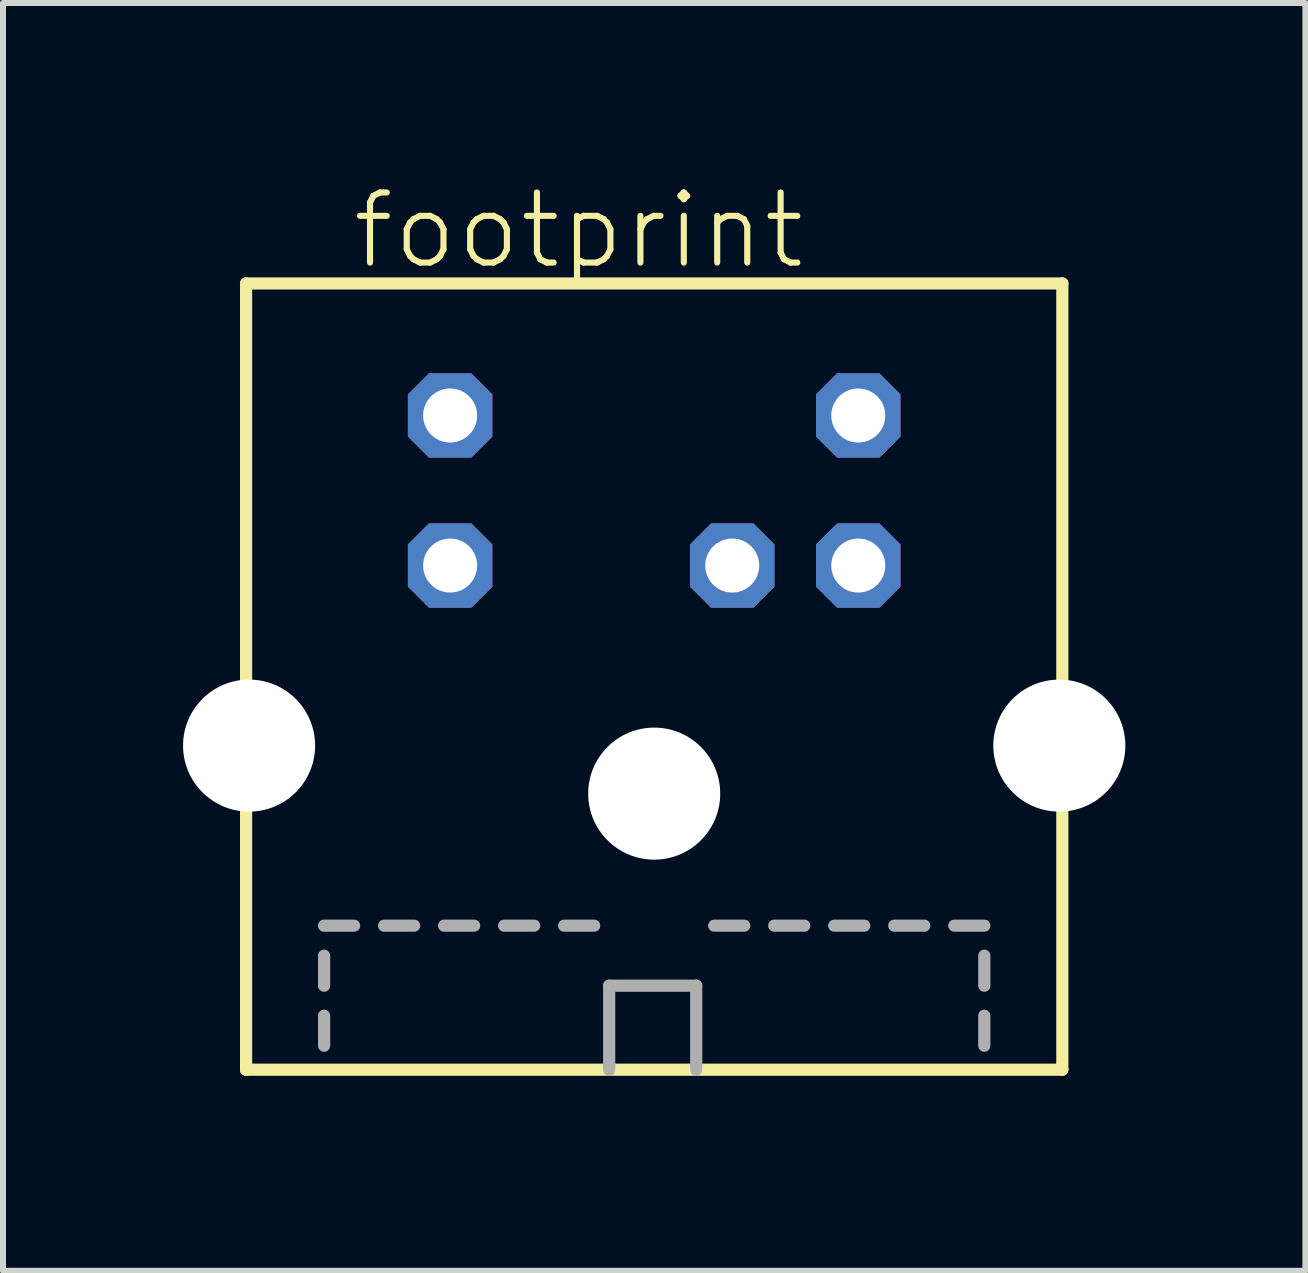
<source format=kicad_pcb>
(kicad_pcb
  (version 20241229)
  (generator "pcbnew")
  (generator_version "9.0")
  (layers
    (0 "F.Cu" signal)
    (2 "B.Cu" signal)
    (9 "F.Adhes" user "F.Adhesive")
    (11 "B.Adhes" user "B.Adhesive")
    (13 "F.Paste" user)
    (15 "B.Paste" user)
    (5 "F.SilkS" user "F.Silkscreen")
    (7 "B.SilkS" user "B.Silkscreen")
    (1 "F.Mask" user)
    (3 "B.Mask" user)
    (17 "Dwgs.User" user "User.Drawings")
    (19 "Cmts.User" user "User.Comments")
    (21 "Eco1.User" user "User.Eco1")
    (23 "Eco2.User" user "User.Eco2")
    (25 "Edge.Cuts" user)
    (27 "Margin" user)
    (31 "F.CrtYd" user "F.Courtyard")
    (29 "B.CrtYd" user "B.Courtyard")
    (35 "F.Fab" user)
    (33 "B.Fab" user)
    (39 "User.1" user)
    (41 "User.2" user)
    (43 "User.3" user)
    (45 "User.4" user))
  (footprint "footprint"
    (layer "F.Cu")
    (at 7.85 14.873)
    (property "Reference" "footprint" (at -5.08 -13.4 0) (layer "F.SilkS") (effects (font (size 1.168 1.168) (thickness 0.102)) (justify left bottom)))
    (fp_line (start -6.8 -13.2) (end -6.8 -0.1) (stroke (width 0.203) (type solid)) (layer "F.SilkS"))
    (fp_line (start -6.8 -0.1) (end 6.8 -0.1) (stroke (width 0.203) (type solid)) (layer "F.SilkS"))
    (fp_line (start 6.8 -13.2) (end -6.8 -13.2) (stroke (width 0.203) (type solid)) (layer "F.SilkS"))
    (fp_line (start 6.8 -0.1) (end 6.8 -13.2) (stroke (width 0.203) (type solid)) (layer "F.SilkS"))
    (fp_line (start -5.5 -2.5) (end -5 -2.5) (stroke (width 0.203) (type solid)) (layer "F.Fab"))
    (fp_line (start -5.5 -1.5) (end -5.5 -2) (stroke (width 0.203) (type solid)) (layer "F.Fab"))
    (fp_line (start -5.5 -0.5) (end -5.5 -1) (stroke (width 0.203) (type solid)) (layer "F.Fab"))
    (fp_line (start -4.5 -2.5) (end -4 -2.5) (stroke (width 0.203) (type solid)) (layer "F.Fab"))
    (fp_line (start -3.5 -2.5) (end -3 -2.5) (stroke (width 0.203) (type solid)) (layer "F.Fab"))
    (fp_line (start -2.5 -2.5) (end -2 -2.5) (stroke (width 0.203) (type solid)) (layer "F.Fab"))
    (fp_line (start -1.5 -2.5) (end -1 -2.5) (stroke (width 0.203) (type solid)) (layer "F.Fab"))
    (fp_line (start -0.75 -1.5) (end 0.7 -1.5) (stroke (width 0.203) (type solid)) (layer "F.Fab"))
    (fp_line (start -0.75 -0.1) (end -0.75 -1.5) (stroke (width 0.203) (type solid)) (layer "F.Fab"))
    (fp_line (start 0.7 -1.5) (end 0.7 -0.1) (stroke (width 0.203) (type solid)) (layer "F.Fab"))
    (fp_line (start 1 -2.5) (end 1.5 -2.5) (stroke (width 0.203) (type solid)) (layer "F.Fab"))
    (fp_line (start 2 -2.5) (end 2.5 -2.5) (stroke (width 0.203) (type solid)) (layer "F.Fab"))
    (fp_line (start 3 -2.5) (end 3.5 -2.5) (stroke (width 0.203) (type solid)) (layer "F.Fab"))
    (fp_line (start 4 -2.5) (end 4.5 -2.5) (stroke (width 0.203) (type solid)) (layer "F.Fab"))
    (fp_line (start 5 -2.5) (end 5.5 -2.5) (stroke (width 0.203) (type solid)) (layer "F.Fab"))
    (fp_line (start 5.5 -1.5) (end 5.5 -2) (stroke (width 0.203) (type solid)) (layer "F.Fab"))
    (fp_line (start 5.5 -0.5) (end 5.5 -1) (stroke (width 0.203) (type solid)) (layer "F.Fab"))
    (pad "" np_thru_hole circle (at -6.75 -5.5) (size 2.2 2.2) (drill 2.2) (layers "*.Cu" "*.Mask"))
    (pad "" np_thru_hole circle (at 0 -4.7) (size 2.2 2.2) (drill 2.2) (layers "*.Cu" "*.Mask"))
    (pad "" np_thru_hole circle (at 6.75 -5.5) (size 2.2 2.2) (drill 2.2) (layers "*.Cu" "*.Mask"))
    (pad "1" thru_hole roundrect (at 1.3 -8.5) (size 1.408 1.408) (drill 0.9) (layers "*.Cu" "*.Mask") (roundrect_rratio 0.25) (chamfer_ratio 0.25) (chamfer top_left top_right bottom_left bottom_right))
    (pad "2" thru_hole roundrect (at 3.4 -8.5) (size 1.408 1.408) (drill 0.9) (layers "*.Cu" "*.Mask") (roundrect_rratio 0.25) (chamfer_ratio 0.25) (chamfer top_left top_right bottom_left bottom_right))
    (pad "3" thru_hole roundrect (at -3.4 -8.5) (size 1.408 1.408) (drill 0.9) (layers "*.Cu" "*.Mask") (roundrect_rratio 0.25) (chamfer_ratio 0.25) (chamfer top_left top_right bottom_left bottom_right))
    (pad "4" thru_hole roundrect (at 3.4 -11) (size 1.408 1.408) (drill 0.9) (layers "*.Cu" "*.Mask") (roundrect_rratio 0.25) (chamfer_ratio 0.25) (chamfer top_left top_right bottom_left bottom_right))
    (pad "5" thru_hole roundrect (at -3.4 -11) (size 1.408 1.408) (drill 0.9) (layers "*.Cu" "*.Mask") (roundrect_rratio 0.25) (chamfer_ratio 0.25) (chamfer top_left top_right bottom_left bottom_right)))
  (gr_rect
    (start -3 -3)
    (end 18.7 18.123)
    (stroke (width 0.1) (type default))
    (fill no)
    (layer "Edge.Cuts")))
</source>
